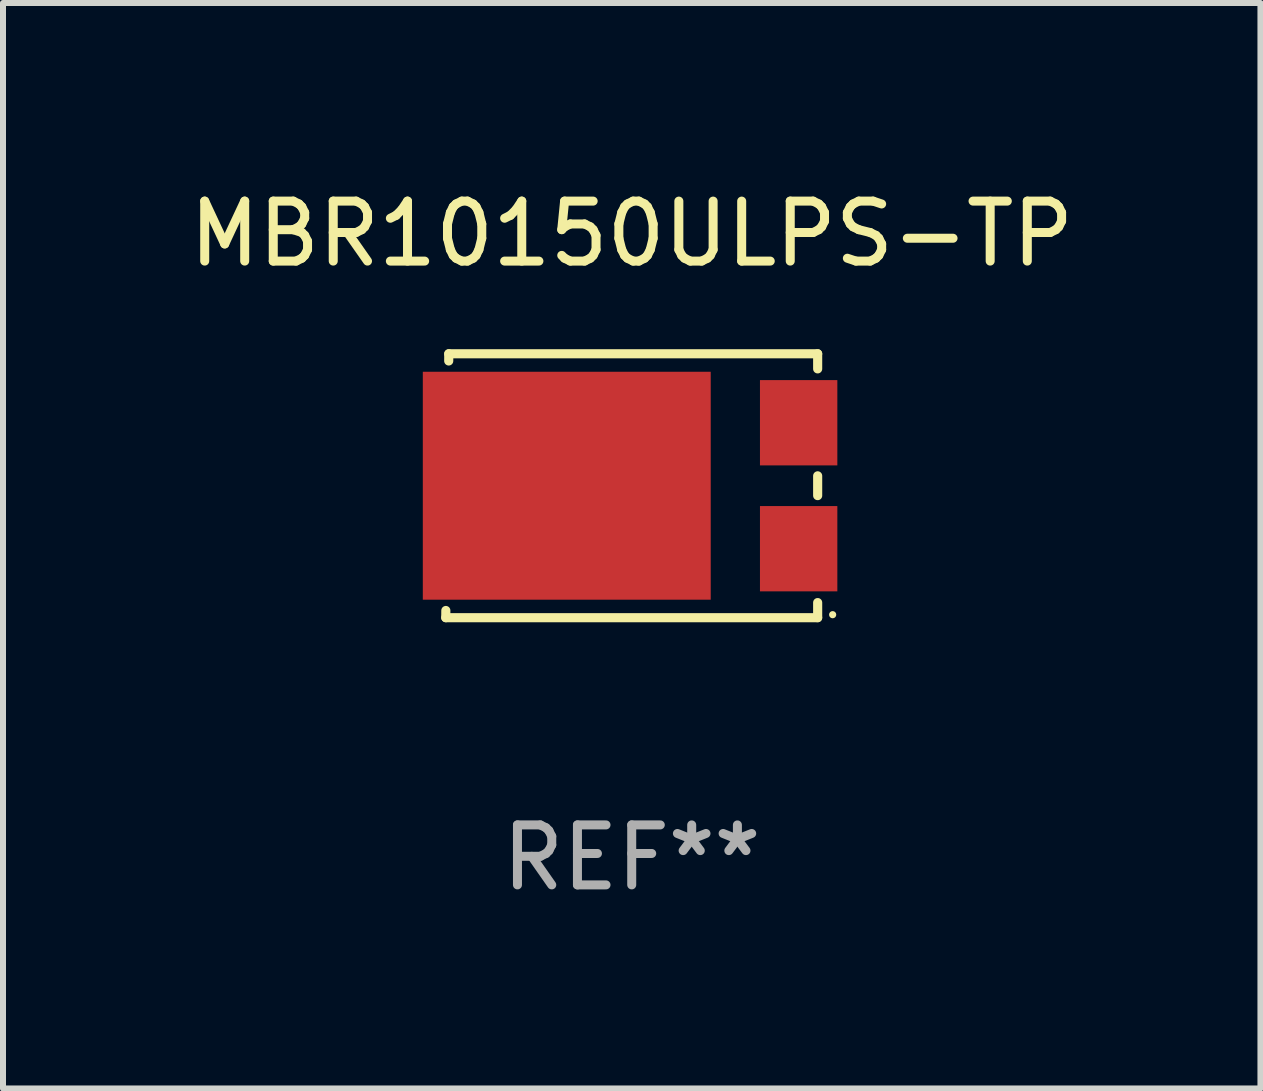
<source format=kicad_pcb>
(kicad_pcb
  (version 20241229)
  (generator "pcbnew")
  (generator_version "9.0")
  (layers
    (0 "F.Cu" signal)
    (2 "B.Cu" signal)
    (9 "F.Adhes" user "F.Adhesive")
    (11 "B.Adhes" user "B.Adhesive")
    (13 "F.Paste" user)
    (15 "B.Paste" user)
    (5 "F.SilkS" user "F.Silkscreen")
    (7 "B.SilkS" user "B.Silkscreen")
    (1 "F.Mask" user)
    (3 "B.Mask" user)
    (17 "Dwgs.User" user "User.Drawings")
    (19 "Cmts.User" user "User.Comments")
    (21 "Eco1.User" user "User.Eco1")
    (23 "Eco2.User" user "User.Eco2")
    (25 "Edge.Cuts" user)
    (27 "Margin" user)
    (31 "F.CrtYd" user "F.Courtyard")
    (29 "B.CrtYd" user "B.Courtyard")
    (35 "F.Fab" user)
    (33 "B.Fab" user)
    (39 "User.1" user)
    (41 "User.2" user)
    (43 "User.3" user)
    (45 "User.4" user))
  (footprint "MBR10150ULPS-TP"
    (layer "F.Cu")
    (at 7.482 5.048)
    (property "Reference" "MBR10150ULPS-TP" (at 0 -4.2 0) (layer "F.SilkS") (effects (font (size 1 1) (thickness 0.15))))
    (attr through_hole)
    (fp_line (start -3.1 2.2) (end -3.099 2.08) (stroke (width 0.152) (type solid)) (layer "F.SilkS"))
    (fp_line (start -3.051 -2.08) (end -3.05 -2.2) (stroke (width 0.152) (type solid)) (layer "F.SilkS"))
    (fp_line (start -3.05 -2.2) (end 3.1 -2.2) (stroke (width 0.152) (type solid)) (layer "F.SilkS"))
    (fp_line (start 3.1 -2.2) (end 3.1 -1.948) (stroke (width 0.152) (type solid)) (layer "F.SilkS"))
    (fp_line (start 3.1 -0.165) (end 3.1 0.165) (stroke (width 0.152) (type solid)) (layer "F.SilkS"))
    (fp_line (start 3.1 1.948) (end 3.1 2.2) (stroke (width 0.152) (type solid)) (layer "F.SilkS"))
    (fp_line (start 3.1 2.2) (end -3.1 2.2) (stroke (width 0.152) (type solid)) (layer "F.SilkS"))
    (fp_circle (center 3.35 2.15) (end 3.38 2.15) (stroke (width 0.06) (type solid)) (fill no) (layer "F.SilkS"))
    (fp_text user "REF**" (at 0 6.2 0) (layer "F.Fab") (effects (font (size 1 1) (thickness 0.15))))
    (pad "1" smd rect (at 2.783 1.05) (size 1.29 1.422) (layers "F.Cu" "F.Mask" "F.Paste"))
    (pad "2" smd rect (at 2.783 -1.05) (size 1.29 1.422) (layers "F.Cu" "F.Mask" "F.Paste"))
    (pad "3" smd rect (at -1.083 0 90) (size 3.8 4.8) (layers "F.Cu" "F.Mask" "F.Paste")))
  (gr_rect
    (start -3 -3)
    (end 17.964 15.097)
    (stroke (width 0.1) (type default))
    (fill no)
    (layer "Edge.Cuts")))
</source>
